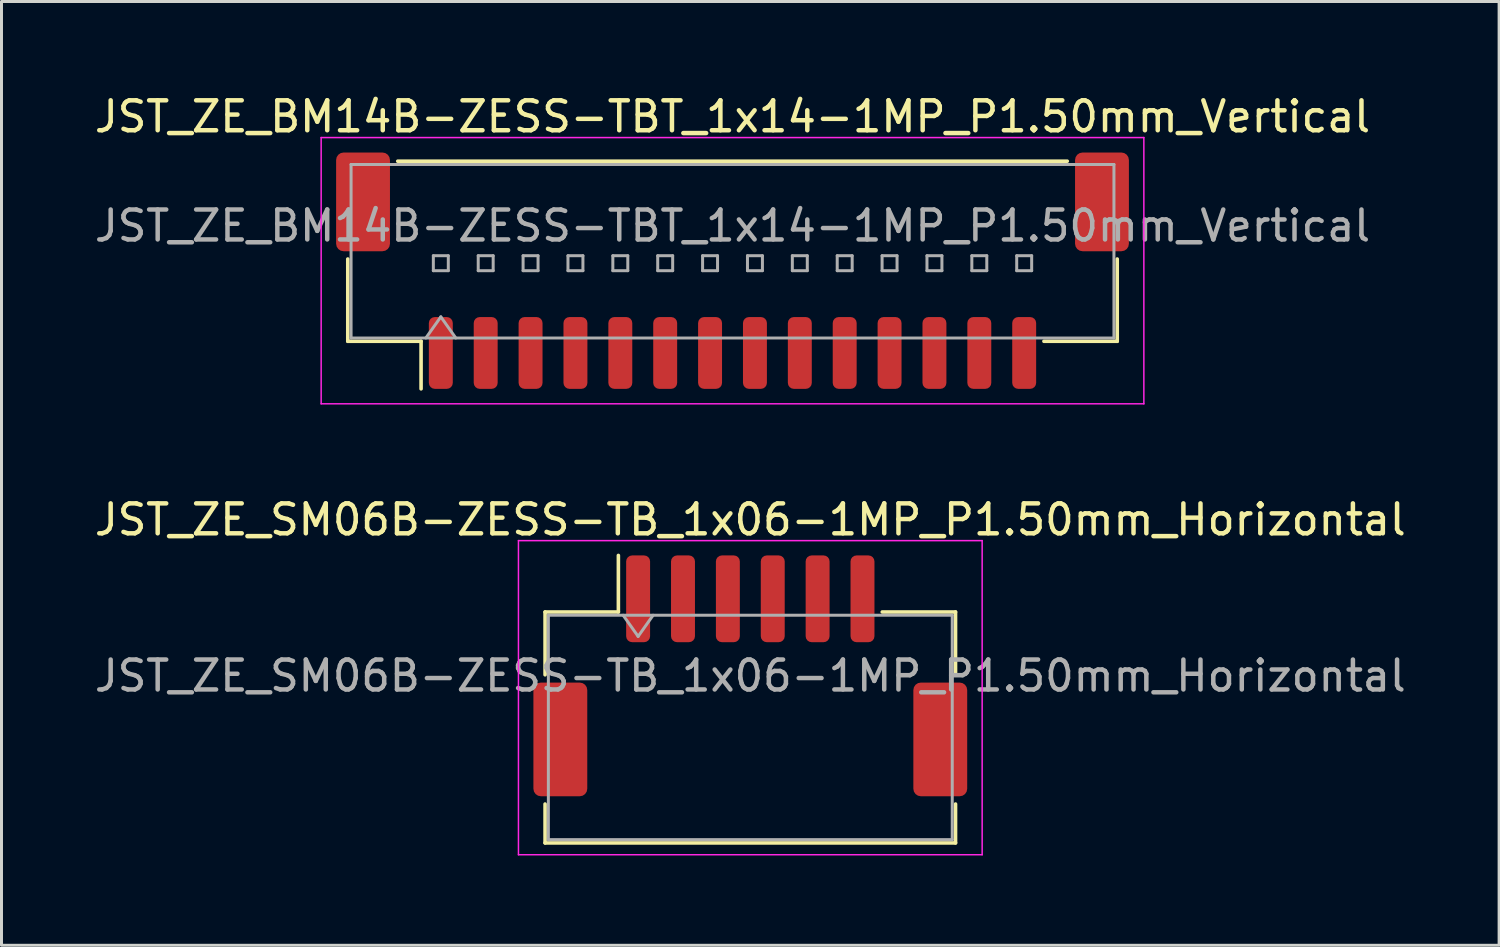
<source format=kicad_pcb>
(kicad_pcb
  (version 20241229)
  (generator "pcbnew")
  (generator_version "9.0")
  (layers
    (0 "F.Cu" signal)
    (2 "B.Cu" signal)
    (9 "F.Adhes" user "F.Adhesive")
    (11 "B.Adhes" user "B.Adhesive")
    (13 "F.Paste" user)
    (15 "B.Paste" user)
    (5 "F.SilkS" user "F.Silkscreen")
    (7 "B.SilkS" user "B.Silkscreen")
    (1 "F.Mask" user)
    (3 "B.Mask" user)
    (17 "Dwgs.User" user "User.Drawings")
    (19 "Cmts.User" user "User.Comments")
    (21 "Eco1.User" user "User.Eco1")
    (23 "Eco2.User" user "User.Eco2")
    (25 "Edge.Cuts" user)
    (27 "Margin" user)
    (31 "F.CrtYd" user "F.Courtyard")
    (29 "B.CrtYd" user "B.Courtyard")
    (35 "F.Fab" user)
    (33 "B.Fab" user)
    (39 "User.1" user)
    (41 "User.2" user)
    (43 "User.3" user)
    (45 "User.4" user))
  (footprint "JST_ZE_BM14B-ZESS-TBT_1x14-1MP_P1.50mm_Vertical"
    (layer "F.Cu")
    (at 21.435 5.998)
    (property "Reference" "JST_ZE_BM14B-ZESS-TBT_1x14-1MP_P1.50mm_Vertical" (at 0 -5.15 0) (layer "F.SilkS") (effects (font (size 1 1) (thickness 0.15))))
    (attr smd)
    (fp_line (start -12.86 -0.39) (end -12.86 2.36) (stroke (width 0.12) (type solid)) (layer "F.SilkS"))
    (fp_line (start -12.86 2.36) (end -10.41 2.36) (stroke (width 0.12) (type solid)) (layer "F.SilkS"))
    (fp_line (start -11.19 -3.66) (end 11.19 -3.66) (stroke (width 0.12) (type solid)) (layer "F.SilkS"))
    (fp_line (start -10.41 2.36) (end -10.41 3.95) (stroke (width 0.12) (type solid)) (layer "F.SilkS"))
    (fp_line (start 12.86 -0.39) (end 12.86 2.36) (stroke (width 0.12) (type solid)) (layer "F.SilkS"))
    (fp_line (start 12.86 2.36) (end 10.41 2.36) (stroke (width 0.12) (type solid)) (layer "F.SilkS"))
    (fp_line (start -13.75 -4.45) (end -13.75 4.45) (stroke (width 0.05) (type solid)) (layer "F.CrtYd"))
    (fp_line (start -13.75 4.45) (end 13.75 4.45) (stroke (width 0.05) (type solid)) (layer "F.CrtYd"))
    (fp_line (start 13.75 -4.45) (end -13.75 -4.45) (stroke (width 0.05) (type solid)) (layer "F.CrtYd"))
    (fp_line (start 13.75 4.45) (end 13.75 -4.45) (stroke (width 0.05) (type solid)) (layer "F.CrtYd"))
    (fp_line (start -12.75 -3.55) (end 12.75 -3.55) (stroke (width 0.1) (type solid)) (layer "F.Fab"))
    (fp_line (start -12.75 2.25) (end -12.75 -3.55) (stroke (width 0.1) (type solid)) (layer "F.Fab"))
    (fp_line (start -12.75 2.25) (end 12.75 2.25) (stroke (width 0.1) (type solid)) (layer "F.Fab"))
    (fp_line (start -10.25 2.25) (end -9.75 1.543) (stroke (width 0.1) (type solid)) (layer "F.Fab"))
    (fp_line (start -10 -0.5) (end -10 0) (stroke (width 0.1) (type solid)) (layer "F.Fab"))
    (fp_line (start -10 0) (end -9.5 0) (stroke (width 0.1) (type solid)) (layer "F.Fab"))
    (fp_line (start -9.75 1.543) (end -9.25 2.25) (stroke (width 0.1) (type solid)) (layer "F.Fab"))
    (fp_line (start -9.5 -0.5) (end -10 -0.5) (stroke (width 0.1) (type solid)) (layer "F.Fab"))
    (fp_line (start -9.5 0) (end -9.5 -0.5) (stroke (width 0.1) (type solid)) (layer "F.Fab"))
    (fp_line (start -8.5 -0.5) (end -8.5 0) (stroke (width 0.1) (type solid)) (layer "F.Fab"))
    (fp_line (start -8.5 0) (end -8 0) (stroke (width 0.1) (type solid)) (layer "F.Fab"))
    (fp_line (start -8 -0.5) (end -8.5 -0.5) (stroke (width 0.1) (type solid)) (layer "F.Fab"))
    (fp_line (start -8 0) (end -8 -0.5) (stroke (width 0.1) (type solid)) (layer "F.Fab"))
    (fp_line (start -7 -0.5) (end -7 0) (stroke (width 0.1) (type solid)) (layer "F.Fab"))
    (fp_line (start -7 0) (end -6.5 0) (stroke (width 0.1) (type solid)) (layer "F.Fab"))
    (fp_line (start -6.5 -0.5) (end -7 -0.5) (stroke (width 0.1) (type solid)) (layer "F.Fab"))
    (fp_line (start -6.5 0) (end -6.5 -0.5) (stroke (width 0.1) (type solid)) (layer "F.Fab"))
    (fp_line (start -5.5 -0.5) (end -5.5 0) (stroke (width 0.1) (type solid)) (layer "F.Fab"))
    (fp_line (start -5.5 0) (end -5 0) (stroke (width 0.1) (type solid)) (layer "F.Fab"))
    (fp_line (start -5 -0.5) (end -5.5 -0.5) (stroke (width 0.1) (type solid)) (layer "F.Fab"))
    (fp_line (start -5 0) (end -5 -0.5) (stroke (width 0.1) (type solid)) (layer "F.Fab"))
    (fp_line (start -4 -0.5) (end -4 0) (stroke (width 0.1) (type solid)) (layer "F.Fab"))
    (fp_line (start -4 0) (end -3.5 0) (stroke (width 0.1) (type solid)) (layer "F.Fab"))
    (fp_line (start -3.5 -0.5) (end -4 -0.5) (stroke (width 0.1) (type solid)) (layer "F.Fab"))
    (fp_line (start -3.5 0) (end -3.5 -0.5) (stroke (width 0.1) (type solid)) (layer "F.Fab"))
    (fp_line (start -2.5 -0.5) (end -2.5 0) (stroke (width 0.1) (type solid)) (layer "F.Fab"))
    (fp_line (start -2.5 0) (end -2 0) (stroke (width 0.1) (type solid)) (layer "F.Fab"))
    (fp_line (start -2 -0.5) (end -2.5 -0.5) (stroke (width 0.1) (type solid)) (layer "F.Fab"))
    (fp_line (start -2 0) (end -2 -0.5) (stroke (width 0.1) (type solid)) (layer "F.Fab"))
    (fp_line (start -1 -0.5) (end -1 0) (stroke (width 0.1) (type solid)) (layer "F.Fab"))
    (fp_line (start -1 0) (end -0.5 0) (stroke (width 0.1) (type solid)) (layer "F.Fab"))
    (fp_line (start -0.5 -0.5) (end -1 -0.5) (stroke (width 0.1) (type solid)) (layer "F.Fab"))
    (fp_line (start -0.5 0) (end -0.5 -0.5) (stroke (width 0.1) (type solid)) (layer "F.Fab"))
    (fp_line (start 0.5 -0.5) (end 0.5 0) (stroke (width 0.1) (type solid)) (layer "F.Fab"))
    (fp_line (start 0.5 0) (end 1 0) (stroke (width 0.1) (type solid)) (layer "F.Fab"))
    (fp_line (start 1 -0.5) (end 0.5 -0.5) (stroke (width 0.1) (type solid)) (layer "F.Fab"))
    (fp_line (start 1 0) (end 1 -0.5) (stroke (width 0.1) (type solid)) (layer "F.Fab"))
    (fp_line (start 2 -0.5) (end 2 0) (stroke (width 0.1) (type solid)) (layer "F.Fab"))
    (fp_line (start 2 0) (end 2.5 0) (stroke (width 0.1) (type solid)) (layer "F.Fab"))
    (fp_line (start 2.5 -0.5) (end 2 -0.5) (stroke (width 0.1) (type solid)) (layer "F.Fab"))
    (fp_line (start 2.5 0) (end 2.5 -0.5) (stroke (width 0.1) (type solid)) (layer "F.Fab"))
    (fp_line (start 3.5 -0.5) (end 3.5 0) (stroke (width 0.1) (type solid)) (layer "F.Fab"))
    (fp_line (start 3.5 0) (end 4 0) (stroke (width 0.1) (type solid)) (layer "F.Fab"))
    (fp_line (start 4 -0.5) (end 3.5 -0.5) (stroke (width 0.1) (type solid)) (layer "F.Fab"))
    (fp_line (start 4 0) (end 4 -0.5) (stroke (width 0.1) (type solid)) (layer "F.Fab"))
    (fp_line (start 5 -0.5) (end 5 0) (stroke (width 0.1) (type solid)) (layer "F.Fab"))
    (fp_line (start 5 0) (end 5.5 0) (stroke (width 0.1) (type solid)) (layer "F.Fab"))
    (fp_line (start 5.5 -0.5) (end 5 -0.5) (stroke (width 0.1) (type solid)) (layer "F.Fab"))
    (fp_line (start 5.5 0) (end 5.5 -0.5) (stroke (width 0.1) (type solid)) (layer "F.Fab"))
    (fp_line (start 6.5 -0.5) (end 6.5 0) (stroke (width 0.1) (type solid)) (layer "F.Fab"))
    (fp_line (start 6.5 0) (end 7 0) (stroke (width 0.1) (type solid)) (layer "F.Fab"))
    (fp_line (start 7 -0.5) (end 6.5 -0.5) (stroke (width 0.1) (type solid)) (layer "F.Fab"))
    (fp_line (start 7 0) (end 7 -0.5) (stroke (width 0.1) (type solid)) (layer "F.Fab"))
    (fp_line (start 8 -0.5) (end 8 0) (stroke (width 0.1) (type solid)) (layer "F.Fab"))
    (fp_line (start 8 0) (end 8.5 0) (stroke (width 0.1) (type solid)) (layer "F.Fab"))
    (fp_line (start 8.5 -0.5) (end 8 -0.5) (stroke (width 0.1) (type solid)) (layer "F.Fab"))
    (fp_line (start 8.5 0) (end 8.5 -0.5) (stroke (width 0.1) (type solid)) (layer "F.Fab"))
    (fp_line (start 9.5 -0.5) (end 9.5 0) (stroke (width 0.1) (type solid)) (layer "F.Fab"))
    (fp_line (start 9.5 0) (end 10 0) (stroke (width 0.1) (type solid)) (layer "F.Fab"))
    (fp_line (start 10 -0.5) (end 9.5 -0.5) (stroke (width 0.1) (type solid)) (layer "F.Fab"))
    (fp_line (start 10 0) (end 10 -0.5) (stroke (width 0.1) (type solid)) (layer "F.Fab"))
    (fp_line (start 12.75 2.25) (end 12.75 -3.55) (stroke (width 0.1) (type solid)) (layer "F.Fab"))
    (fp_text user "${REFERENCE}" (at 0 -1.5 0) (layer "F.Fab") (effects (font (size 1 1) (thickness 0.15))))
    (pad "1" smd roundrect (at -9.75 2.75) (size 0.8 2.4) (layers "F.Cu" "F.Mask" "F.Paste") (roundrect_rratio 0.25))
    (pad "2" smd roundrect (at -8.25 2.75) (size 0.8 2.4) (layers "F.Cu" "F.Mask" "F.Paste") (roundrect_rratio 0.25))
    (pad "3" smd roundrect (at -6.75 2.75) (size 0.8 2.4) (layers "F.Cu" "F.Mask" "F.Paste") (roundrect_rratio 0.25))
    (pad "4" smd roundrect (at -5.25 2.75) (size 0.8 2.4) (layers "F.Cu" "F.Mask" "F.Paste") (roundrect_rratio 0.25))
    (pad "5" smd roundrect (at -3.75 2.75) (size 0.8 2.4) (layers "F.Cu" "F.Mask" "F.Paste") (roundrect_rratio 0.25))
    (pad "6" smd roundrect (at -2.25 2.75) (size 0.8 2.4) (layers "F.Cu" "F.Mask" "F.Paste") (roundrect_rratio 0.25))
    (pad "7" smd roundrect (at -0.75 2.75) (size 0.8 2.4) (layers "F.Cu" "F.Mask" "F.Paste") (roundrect_rratio 0.25))
    (pad "8" smd roundrect (at 0.75 2.75) (size 0.8 2.4) (layers "F.Cu" "F.Mask" "F.Paste") (roundrect_rratio 0.25))
    (pad "9" smd roundrect (at 2.25 2.75) (size 0.8 2.4) (layers "F.Cu" "F.Mask" "F.Paste") (roundrect_rratio 0.25))
    (pad "10" smd roundrect (at 3.75 2.75) (size 0.8 2.4) (layers "F.Cu" "F.Mask" "F.Paste") (roundrect_rratio 0.25))
    (pad "11" smd roundrect (at 5.25 2.75) (size 0.8 2.4) (layers "F.Cu" "F.Mask" "F.Paste") (roundrect_rratio 0.25))
    (pad "12" smd roundrect (at 6.75 2.75) (size 0.8 2.4) (layers "F.Cu" "F.Mask" "F.Paste") (roundrect_rratio 0.25))
    (pad "13" smd roundrect (at 8.25 2.75) (size 0.8 2.4) (layers "F.Cu" "F.Mask" "F.Paste") (roundrect_rratio 0.25))
    (pad "14" smd roundrect (at 9.75 2.75) (size 0.8 2.4) (layers "F.Cu" "F.Mask" "F.Paste") (roundrect_rratio 0.25))
    (pad "MP" smd roundrect (at -12.35 -2.3) (size 1.8 3.3) (layers "F.Cu" "F.Mask" "F.Paste") (roundrect_rratio 0.139))
    (pad "MP" smd roundrect (at 12.35 -2.3) (size 1.8 3.3) (layers "F.Cu" "F.Mask" "F.Paste") (roundrect_rratio 0.139)))
  (footprint "JST_ZE_SM06B-ZESS-TB_1x06-1MP_P1.50mm_Horizontal"
    (layer "F.Cu")
    (at 22.03 19.541)
    (property "Reference" "JST_ZE_SM06B-ZESS-TB_1x06-1MP_P1.50mm_Horizontal" (at 0 -5.22 0) (layer "F.SilkS") (effects (font (size 1 1) (thickness 0.15))))
    (attr smd)
    (fp_line (start -6.86 -2.135) (end -4.41 -2.135) (stroke (width 0.12) (type solid)) (layer "F.SilkS"))
    (fp_line (start -6.86 -0.035) (end -6.86 -2.135) (stroke (width 0.12) (type solid)) (layer "F.SilkS"))
    (fp_line (start -6.86 4.285) (end -6.86 5.585) (stroke (width 0.12) (type solid)) (layer "F.SilkS"))
    (fp_line (start -6.86 5.585) (end 6.86 5.585) (stroke (width 0.12) (type solid)) (layer "F.SilkS"))
    (fp_line (start -4.41 -2.135) (end -4.41 -4.025) (stroke (width 0.12) (type solid)) (layer "F.SilkS"))
    (fp_line (start 6.86 -2.135) (end 4.41 -2.135) (stroke (width 0.12) (type solid)) (layer "F.SilkS"))
    (fp_line (start 6.86 -0.035) (end 6.86 -2.135) (stroke (width 0.12) (type solid)) (layer "F.SilkS"))
    (fp_line (start 6.86 5.585) (end 6.86 4.285) (stroke (width 0.12) (type solid)) (layer "F.SilkS"))
    (fp_line (start -7.75 -4.52) (end -7.75 5.98) (stroke (width 0.05) (type solid)) (layer "F.CrtYd"))
    (fp_line (start -7.75 5.98) (end 7.75 5.98) (stroke (width 0.05) (type solid)) (layer "F.CrtYd"))
    (fp_line (start 7.75 -4.52) (end -7.75 -4.52) (stroke (width 0.05) (type solid)) (layer "F.CrtYd"))
    (fp_line (start 7.75 5.98) (end 7.75 -4.52) (stroke (width 0.05) (type solid)) (layer "F.CrtYd"))
    (fp_line (start -6.75 -2.025) (end -6.75 5.475) (stroke (width 0.1) (type solid)) (layer "F.Fab"))
    (fp_line (start -6.75 -2.025) (end 6.75 -2.025) (stroke (width 0.1) (type solid)) (layer "F.Fab"))
    (fp_line (start -6.75 5.475) (end 6.75 5.475) (stroke (width 0.1) (type solid)) (layer "F.Fab"))
    (fp_line (start -4.25 -2.025) (end -3.75 -1.318) (stroke (width 0.1) (type solid)) (layer "F.Fab"))
    (fp_line (start -3.75 -1.318) (end -3.25 -2.025) (stroke (width 0.1) (type solid)) (layer "F.Fab"))
    (fp_line (start 6.75 -2.025) (end 6.75 5.475) (stroke (width 0.1) (type solid)) (layer "F.Fab"))
    (fp_text user "${REFERENCE}" (at 0 0 0) (layer "F.Fab") (effects (font (size 1 1) (thickness 0.15))))
    (pad "1" smd roundrect (at -3.75 -2.575) (size 0.8 2.9) (layers "F.Cu" "F.Mask" "F.Paste") (roundrect_rratio 0.25))
    (pad "2" smd roundrect (at -2.25 -2.575) (size 0.8 2.9) (layers "F.Cu" "F.Mask" "F.Paste") (roundrect_rratio 0.25))
    (pad "3" smd roundrect (at -0.75 -2.575) (size 0.8 2.9) (layers "F.Cu" "F.Mask" "F.Paste") (roundrect_rratio 0.25))
    (pad "4" smd roundrect (at 0.75 -2.575) (size 0.8 2.9) (layers "F.Cu" "F.Mask" "F.Paste") (roundrect_rratio 0.25))
    (pad "5" smd roundrect (at 2.25 -2.575) (size 0.8 2.9) (layers "F.Cu" "F.Mask" "F.Paste") (roundrect_rratio 0.25))
    (pad "6" smd roundrect (at 3.75 -2.575) (size 0.8 2.9) (layers "F.Cu" "F.Mask" "F.Paste") (roundrect_rratio 0.25))
    (pad "MP" smd roundrect (at -6.35 2.125) (size 1.8 3.8) (layers "F.Cu" "F.Mask" "F.Paste") (roundrect_rratio 0.139))
    (pad "MP" smd roundrect (at 6.35 2.125) (size 1.8 3.8) (layers "F.Cu" "F.Mask" "F.Paste") (roundrect_rratio 0.139)))
  (gr_rect
    (start -3 -3)
    (end 47.06 28.547)
    (stroke (width 0.1) (type default))
    (fill no)
    (layer "Edge.Cuts")))
</source>
